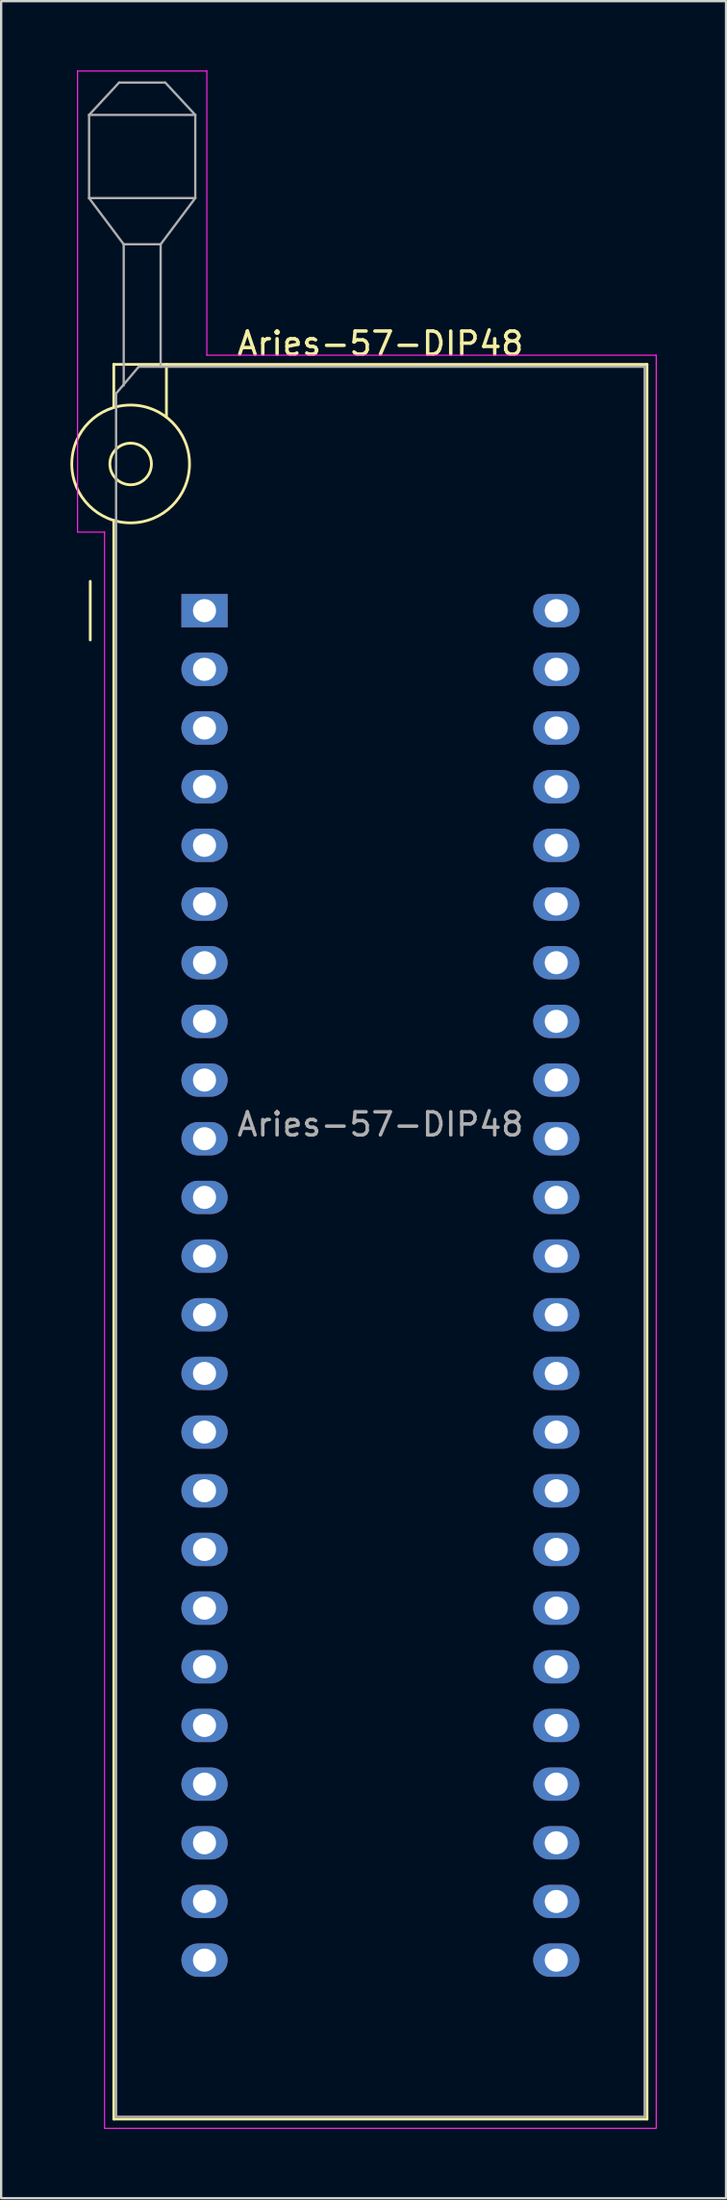
<source format=kicad_pcb>
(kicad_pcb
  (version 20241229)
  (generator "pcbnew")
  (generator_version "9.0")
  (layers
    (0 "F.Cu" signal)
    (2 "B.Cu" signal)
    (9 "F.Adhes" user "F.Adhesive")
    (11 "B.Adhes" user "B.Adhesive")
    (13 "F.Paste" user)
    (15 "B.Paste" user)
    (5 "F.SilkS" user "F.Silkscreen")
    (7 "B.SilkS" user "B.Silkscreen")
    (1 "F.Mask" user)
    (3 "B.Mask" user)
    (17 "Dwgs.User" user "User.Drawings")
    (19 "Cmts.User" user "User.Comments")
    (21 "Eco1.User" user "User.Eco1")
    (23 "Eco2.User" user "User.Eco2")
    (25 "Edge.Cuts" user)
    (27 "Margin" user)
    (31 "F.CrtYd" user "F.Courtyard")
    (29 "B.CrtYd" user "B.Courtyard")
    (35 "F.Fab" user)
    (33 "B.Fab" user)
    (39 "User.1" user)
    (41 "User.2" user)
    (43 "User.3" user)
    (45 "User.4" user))
  (footprint "Aries-57-DIP48"
    (layer "F.Cu")
    (at 5.81 23.385)
    (property "Reference" "Aries-57-DIP48" (at 7.62 -11.56 0) (layer "F.SilkS") (effects (font (size 1 1) (thickness 0.15))))
    (attr through_hole)
    (fp_line (start -4.95 1.27) (end -4.95 -1.27) (stroke (width 0.12) (type solid)) (layer "F.SilkS"))
    (fp_line (start -3.93 -10.66) (end -3.93 -8.8) (stroke (width 0.12) (type solid)) (layer "F.SilkS"))
    (fp_line (start -3.93 -3.9) (end -3.93 65.3) (stroke (width 0.12) (type solid)) (layer "F.SilkS"))
    (fp_line (start -3.93 65.3) (end 19.17 65.3) (stroke (width 0.12) (type solid)) (layer "F.SilkS"))
    (fp_line (start -1.65 -10.66) (end -1.65 -8.4) (stroke (width 0.12) (type solid)) (layer "F.SilkS"))
    (fp_line (start 19.17 -10.66) (end -3.93 -10.66) (stroke (width 0.12) (type solid)) (layer "F.SilkS"))
    (fp_line (start 19.17 65.3) (end 19.17 -10.66) (stroke (width 0.12) (type solid)) (layer "F.SilkS"))
    (fp_circle (center -3.2 -6.35) (end -2.3 -6.35) (stroke (width 0.12) (type solid)) (fill no) (layer "F.SilkS"))
    (fp_circle (center -3.2 -6.35) (end -0.65 -6.35) (stroke (width 0.12) (type solid)) (fill no) (layer "F.SilkS"))
    (fp_line (start -5.5 -23.36) (end 0.1 -23.36) (stroke (width 0.05) (type solid)) (layer "F.CrtYd"))
    (fp_line (start -5.5 -3.4) (end -5.5 -23.36) (stroke (width 0.05) (type solid)) (layer "F.CrtYd"))
    (fp_line (start -4.33 -3.4) (end -5.5 -3.4) (stroke (width 0.05) (type solid)) (layer "F.CrtYd"))
    (fp_line (start -4.33 65.7) (end -4.33 -3.4) (stroke (width 0.05) (type solid)) (layer "F.CrtYd"))
    (fp_line (start 0.1 -23.36) (end 0.1 -11.06) (stroke (width 0.05) (type solid)) (layer "F.CrtYd"))
    (fp_line (start 0.1 -11.06) (end 19.57 -11.06) (stroke (width 0.05) (type solid)) (layer "F.CrtYd"))
    (fp_line (start 19.57 -11.06) (end 19.57 65.7) (stroke (width 0.05) (type solid)) (layer "F.CrtYd"))
    (fp_line (start 19.57 65.7) (end -4.33 65.7) (stroke (width 0.05) (type solid)) (layer "F.CrtYd"))
    (fp_line (start -5 -21.46) (end -5 -17.86) (stroke (width 0.1) (type solid)) (layer "F.Fab"))
    (fp_line (start -5 -21.46) (end -3.7 -22.86) (stroke (width 0.1) (type solid)) (layer "F.Fab"))
    (fp_line (start -5 -17.86) (end -3.5 -15.86) (stroke (width 0.1) (type solid)) (layer "F.Fab"))
    (fp_line (start -5 -17.86) (end -0.4 -17.86) (stroke (width 0.1) (type solid)) (layer "F.Fab"))
    (fp_line (start -3.83 -9.4) (end -2.85 -10.56) (stroke (width 0.1) (type solid)) (layer "F.Fab"))
    (fp_line (start -3.83 65.2) (end -3.83 -9.4) (stroke (width 0.1) (type solid)) (layer "F.Fab"))
    (fp_line (start -3.7 -22.86) (end -1.7 -22.86) (stroke (width 0.1) (type solid)) (layer "F.Fab"))
    (fp_line (start -3.5 -15.86) (end -1.9 -15.86) (stroke (width 0.1) (type solid)) (layer "F.Fab"))
    (fp_line (start -3.5 -9.75) (end -3.5 -15.86) (stroke (width 0.1) (type solid)) (layer "F.Fab"))
    (fp_line (start -2.85 -10.56) (end 19.07 -10.56) (stroke (width 0.1) (type solid)) (layer "F.Fab"))
    (fp_line (start -1.9 -15.86) (end -1.9 -10.56) (stroke (width 0.1) (type solid)) (layer "F.Fab"))
    (fp_line (start -1.7 -22.86) (end -0.4 -21.46) (stroke (width 0.1) (type solid)) (layer "F.Fab"))
    (fp_line (start -0.4 -21.46) (end -5 -21.46) (stroke (width 0.1) (type solid)) (layer "F.Fab"))
    (fp_line (start -0.4 -17.86) (end -1.9 -15.86) (stroke (width 0.1) (type solid)) (layer "F.Fab"))
    (fp_line (start -0.4 -17.86) (end -0.4 -21.46) (stroke (width 0.1) (type solid)) (layer "F.Fab"))
    (fp_line (start 19.07 -10.56) (end 19.07 65.2) (stroke (width 0.1) (type solid)) (layer "F.Fab"))
    (fp_line (start 19.07 65.2) (end -3.83 65.2) (stroke (width 0.1) (type solid)) (layer "F.Fab"))
    (fp_text user "${REFERENCE}" (at 7.62 22.24 0) (layer "F.Fab") (effects (font (size 1 1) (thickness 0.15))))
    (pad "1" thru_hole rect (at 0 0) (size 2 1.44) (drill 1) (layers "*.Cu" "*.Mask"))
    (pad "2" thru_hole oval (at 0 2.54) (size 2 1.44) (drill 1) (layers "*.Cu" "*.Mask"))
    (pad "3" thru_hole oval (at 0 5.08) (size 2 1.44) (drill 1) (layers "*.Cu" "*.Mask"))
    (pad "4" thru_hole oval (at 0 7.62) (size 2 1.44) (drill 1) (layers "*.Cu" "*.Mask"))
    (pad "5" thru_hole oval (at 0 10.16) (size 2 1.44) (drill 1) (layers "*.Cu" "*.Mask"))
    (pad "6" thru_hole oval (at 0 12.7) (size 2 1.44) (drill 1) (layers "*.Cu" "*.Mask"))
    (pad "7" thru_hole oval (at 0 15.24) (size 2 1.44) (drill 1) (layers "*.Cu" "*.Mask"))
    (pad "8" thru_hole oval (at 0 17.78) (size 2 1.44) (drill 1) (layers "*.Cu" "*.Mask"))
    (pad "9" thru_hole oval (at 0 20.32) (size 2 1.44) (drill 1) (layers "*.Cu" "*.Mask"))
    (pad "10" thru_hole oval (at 0 22.86) (size 2 1.44) (drill 1) (layers "*.Cu" "*.Mask"))
    (pad "11" thru_hole oval (at 0 25.4) (size 2 1.44) (drill 1) (layers "*.Cu" "*.Mask"))
    (pad "12" thru_hole oval (at 0 27.94) (size 2 1.44) (drill 1) (layers "*.Cu" "*.Mask"))
    (pad "13" thru_hole oval (at 0 30.48) (size 2 1.44) (drill 1) (layers "*.Cu" "*.Mask"))
    (pad "14" thru_hole oval (at 0 33.02) (size 2 1.44) (drill 1) (layers "*.Cu" "*.Mask"))
    (pad "15" thru_hole oval (at 0 35.56) (size 2 1.44) (drill 1) (layers "*.Cu" "*.Mask"))
    (pad "16" thru_hole oval (at 0 38.1) (size 2 1.44) (drill 1) (layers "*.Cu" "*.Mask"))
    (pad "17" thru_hole oval (at 0 40.64) (size 2 1.44) (drill 1) (layers "*.Cu" "*.Mask"))
    (pad "18" thru_hole oval (at 0 43.18) (size 2 1.44) (drill 1) (layers "*.Cu" "*.Mask"))
    (pad "19" thru_hole oval (at 0 45.72) (size 2 1.44) (drill 1) (layers "*.Cu" "*.Mask"))
    (pad "20" thru_hole oval (at 0 48.26) (size 2 1.44) (drill 1) (layers "*.Cu" "*.Mask"))
    (pad "21" thru_hole oval (at 0 50.8) (size 2 1.44) (drill 1) (layers "*.Cu" "*.Mask"))
    (pad "22" thru_hole oval (at 0 53.34) (size 2 1.44) (drill 1) (layers "*.Cu" "*.Mask"))
    (pad "23" thru_hole oval (at 0 55.88) (size 2 1.44) (drill 1) (layers "*.Cu" "*.Mask"))
    (pad "24" thru_hole oval (at 0 58.42) (size 2 1.44) (drill 1) (layers "*.Cu" "*.Mask"))
    (pad "25" thru_hole oval (at 15.24 58.42) (size 2 1.44) (drill 1) (layers "*.Cu" "*.Mask"))
    (pad "26" thru_hole oval (at 15.24 55.88) (size 2 1.44) (drill 1) (layers "*.Cu" "*.Mask"))
    (pad "27" thru_hole oval (at 15.24 53.34) (size 2 1.44) (drill 1) (layers "*.Cu" "*.Mask"))
    (pad "28" thru_hole oval (at 15.24 50.8) (size 2 1.44) (drill 1) (layers "*.Cu" "*.Mask"))
    (pad "29" thru_hole oval (at 15.24 48.26) (size 2 1.44) (drill 1) (layers "*.Cu" "*.Mask"))
    (pad "30" thru_hole oval (at 15.24 45.72) (size 2 1.44) (drill 1) (layers "*.Cu" "*.Mask"))
    (pad "31" thru_hole oval (at 15.24 43.18) (size 2 1.44) (drill 1) (layers "*.Cu" "*.Mask"))
    (pad "32" thru_hole oval (at 15.24 40.64) (size 2 1.44) (drill 1) (layers "*.Cu" "*.Mask"))
    (pad "33" thru_hole oval (at 15.24 38.1) (size 2 1.44) (drill 1) (layers "*.Cu" "*.Mask"))
    (pad "34" thru_hole oval (at 15.24 35.56) (size 2 1.44) (drill 1) (layers "*.Cu" "*.Mask"))
    (pad "35" thru_hole oval (at 15.24 33.02) (size 2 1.44) (drill 1) (layers "*.Cu" "*.Mask"))
    (pad "36" thru_hole oval (at 15.24 30.48) (size 2 1.44) (drill 1) (layers "*.Cu" "*.Mask"))
    (pad "37" thru_hole oval (at 15.24 27.94) (size 2 1.44) (drill 1) (layers "*.Cu" "*.Mask"))
    (pad "38" thru_hole oval (at 15.24 25.4) (size 2 1.44) (drill 1) (layers "*.Cu" "*.Mask"))
    (pad "39" thru_hole oval (at 15.24 22.86) (size 2 1.44) (drill 1) (layers "*.Cu" "*.Mask"))
    (pad "40" thru_hole oval (at 15.24 20.32) (size 2 1.44) (drill 1) (layers "*.Cu" "*.Mask"))
    (pad "41" thru_hole oval (at 15.24 17.78) (size 2 1.44) (drill 1) (layers "*.Cu" "*.Mask"))
    (pad "42" thru_hole oval (at 15.24 15.24) (size 2 1.44) (drill 1) (layers "*.Cu" "*.Mask"))
    (pad "43" thru_hole oval (at 15.24 12.7) (size 2 1.44) (drill 1) (layers "*.Cu" "*.Mask"))
    (pad "44" thru_hole oval (at 15.24 10.16) (size 2 1.44) (drill 1) (layers "*.Cu" "*.Mask"))
    (pad "45" thru_hole oval (at 15.24 7.62) (size 2 1.44) (drill 1) (layers "*.Cu" "*.Mask"))
    (pad "46" thru_hole oval (at 15.24 5.08) (size 2 1.44) (drill 1) (layers "*.Cu" "*.Mask"))
    (pad "47" thru_hole oval (at 15.24 2.54) (size 2 1.44) (drill 1) (layers "*.Cu" "*.Mask"))
    (pad "48" thru_hole oval (at 15.24 0) (size 2 1.44) (drill 1) (layers "*.Cu" "*.Mask")))
  (gr_rect
    (start -3 -3)
    (end 28.405 92.11)
    (stroke (width 0.1) (type default))
    (fill no)
    (layer "Edge.Cuts")))
</source>
